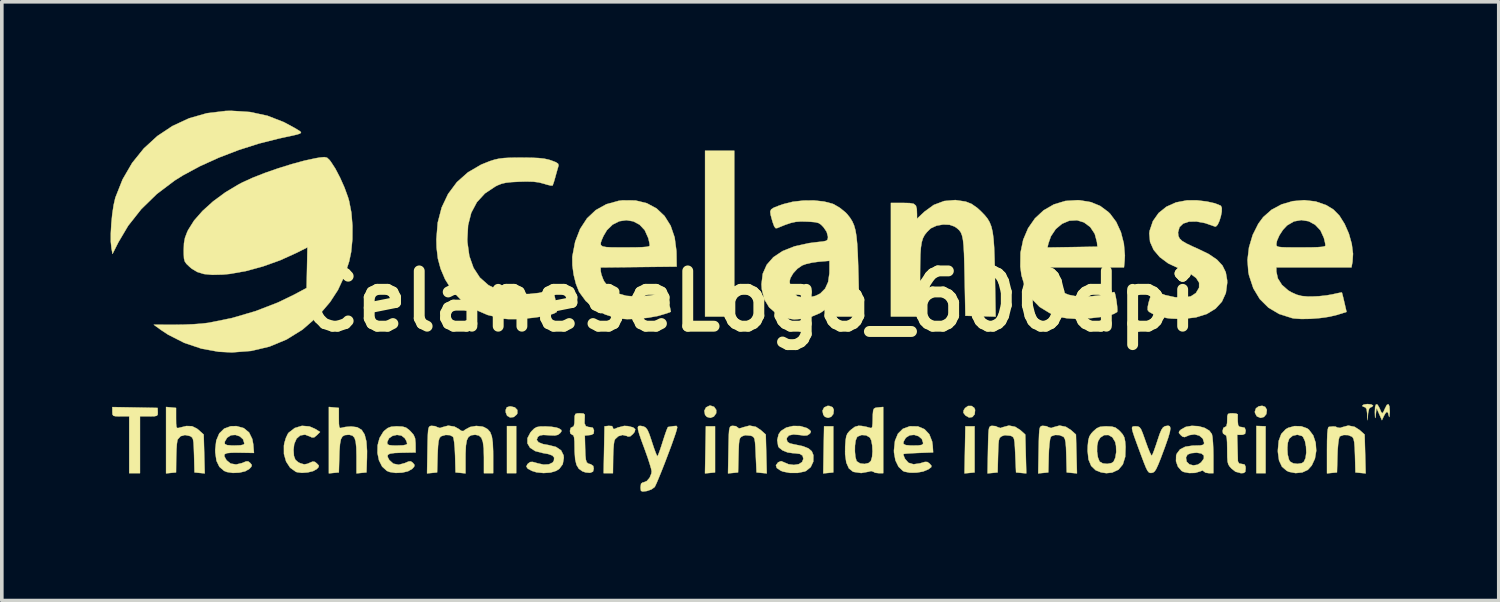
<source format=kicad_pcb>
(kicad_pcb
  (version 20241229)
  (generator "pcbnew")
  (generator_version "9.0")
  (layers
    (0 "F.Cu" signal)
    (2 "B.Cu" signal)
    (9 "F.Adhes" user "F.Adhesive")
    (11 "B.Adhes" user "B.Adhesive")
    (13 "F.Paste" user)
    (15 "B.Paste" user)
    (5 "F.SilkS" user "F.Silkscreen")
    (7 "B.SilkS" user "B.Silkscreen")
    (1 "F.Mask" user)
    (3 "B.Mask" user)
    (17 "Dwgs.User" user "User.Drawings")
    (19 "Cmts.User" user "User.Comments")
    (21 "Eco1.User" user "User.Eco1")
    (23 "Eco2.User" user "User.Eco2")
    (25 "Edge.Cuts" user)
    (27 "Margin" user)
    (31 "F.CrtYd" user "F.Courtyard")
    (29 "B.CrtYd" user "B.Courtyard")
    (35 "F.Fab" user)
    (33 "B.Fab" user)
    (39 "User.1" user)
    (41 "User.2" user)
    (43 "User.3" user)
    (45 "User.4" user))
  (footprint "CelaneseLogo_600dpi"
    (layer "F.Cu")
    (at 17.615 5.253)
    (property "Reference" "CelaneseLogo_600dpi" (at 0 0 0) (layer "F.SilkS") (effects (font (size 1.524 1.524) (thickness 0.3))))
    (attr through_hole)
    (fp_poly (pts (xy -6.435 4.741) (xy -6.689 4.741) (xy -6.689 3.444) (xy -6.435 3.444) (xy -6.435 4.741)) (stroke (width 0.01) (type solid)) (fill yes) (layer "F.SilkS"))
    (fp_poly (pts (xy -0.423 0.423) (xy -1.228 0.423) (xy -1.228 -4.149) (xy -0.423 -4.149) (xy -0.423 0.423)) (stroke (width 0.01) (type solid)) (fill yes) (layer "F.SilkS"))
    (fp_poly (pts (xy 14.224 3.449) (xy 14.224 4.741) (xy 13.97 4.741) (xy 13.97 3.439) (xy 14.224 3.449)) (stroke (width 0.01) (type solid)) (fill yes) (layer "F.SilkS"))
    (fp_poly (pts (xy -0.953 4.72) (xy -1.091 4.734) (xy -1.23 4.747) (xy -1.218 4.099) (xy -1.206 3.45) (xy -0.953 3.45) (xy -0.953 4.72)) (stroke (width 0.01) (type solid)) (fill yes) (layer "F.SilkS"))
    (fp_poly (pts (xy 2.307 4.72) (xy 2.168 4.734) (xy 2.03 4.747) (xy 2.041 4.099) (xy 2.053 3.45) (xy 2.307 3.45) (xy 2.307 4.72)) (stroke (width 0.01) (type solid)) (fill yes) (layer "F.SilkS"))
    (fp_poly (pts (xy 6.202 4.72) (xy 6.063 4.734) (xy 5.924 4.747) (xy 5.936 4.099) (xy 5.948 3.45) (xy 6.202 3.45) (xy 6.202 4.72)) (stroke (width 0.01) (type solid)) (fill yes) (layer "F.SilkS"))
    (fp_poly (pts (xy -0.978 2.913) (xy -0.92 2.998) (xy -0.922 3.09) (xy -0.987 3.181) (xy -1.082 3.216) (xy -1.177 3.19) (xy -1.228 3.133) (xy -1.248 3.022) (xy -1.202 2.928) (xy -1.105 2.88) (xy -1.079 2.879) (xy -0.978 2.913)) (stroke (width 0.01) (type solid)) (fill yes) (layer "F.SilkS"))
    (fp_poly (pts (xy 2.194 2.887) (xy 2.288 2.923) (xy 2.321 2.997) (xy 2.308 3.11) (xy 2.247 3.187) (xy 2.163 3.216) (xy 2.078 3.188) (xy 2.032 3.133) (xy 2.009 3.02) (xy 2.053 2.93) (xy 2.149 2.886) (xy 2.194 2.887)) (stroke (width 0.01) (type solid)) (fill yes) (layer "F.SilkS"))
    (fp_poly (pts (xy 6.118 2.888) (xy 6.193 2.94) (xy 6.216 2.997) (xy 6.204 3.118) (xy 6.141 3.193) (xy 6.05 3.207) (xy 5.951 3.151) (xy 5.893 3.076) (xy 5.9 3.009) (xy 5.94 2.946) (xy 6.022 2.888) (xy 6.118 2.888)) (stroke (width 0.01) (type solid)) (fill yes) (layer "F.SilkS"))
    (fp_poly (pts (xy -6.471 2.928) (xy -6.404 2.998) (xy -6.403 3.091) (xy -6.418 3.122) (xy -6.501 3.193) (xy -6.603 3.205) (xy -6.685 3.158) (xy -6.722 3.067) (xy -6.724 2.997) (xy -6.693 2.925) (xy -6.613 2.9) (xy -6.587 2.9) (xy -6.471 2.928)) (stroke (width 0.01) (type solid)) (fill yes) (layer "F.SilkS"))
    (fp_poly (pts (xy 14.213 2.914) (xy 14.258 2.993) (xy 14.259 2.997) (xy 14.244 3.113) (xy 14.179 3.191) (xy 14.087 3.217) (xy 13.99 3.178) (xy 13.978 3.167) (xy 13.933 3.081) (xy 13.928 3.045) (xy 13.959 2.953) (xy 14.036 2.898) (xy 14.129 2.884) (xy 14.213 2.914)) (stroke (width 0.01) (type solid)) (fill yes) (layer "F.SilkS"))
    (fp_poly (pts (xy -16.944 2.93) (xy -16.32 2.942) (xy -16.315 3.059) (xy -16.317 3.124) (xy -16.342 3.158) (xy -16.409 3.172) (xy -16.54 3.175) (xy -16.559 3.175) (xy -16.806 3.175) (xy -16.806 4.741) (xy -17.103 4.741) (xy -17.103 3.175) (xy -17.335 3.175) (xy -17.469 3.173) (xy -17.538 3.159) (xy -17.564 3.122) (xy -17.568 3.05) (xy -17.568 2.919) (xy -16.944 2.93)) (stroke (width 0.01) (type solid)) (fill yes) (layer "F.SilkS"))
    (fp_poly (pts (xy 17.137 2.847) (xy 17.186 2.873) (xy 17.187 2.879) (xy 17.153 2.917) (xy 17.126 2.921) (xy 17.079 2.96) (xy 17.051 3.08) (xy 17.049 3.101) (xy 17.033 3.281) (xy 17.025 3.101) (xy 17.01 2.977) (xy 16.973 2.925) (xy 16.954 2.921) (xy 16.898 2.898) (xy 16.891 2.879) (xy 16.928 2.851) (xy 17.02 2.837) (xy 17.039 2.836) (xy 17.137 2.847)) (stroke (width 0.01) (type solid)) (fill yes) (layer "F.SilkS"))
    (fp_poly (pts (xy -3.793 3.443) (xy -3.768 3.486) (xy -3.758 3.524) (xy -3.715 3.52) (xy -3.637 3.484) (xy -3.456 3.438) (xy -3.355 3.444) (xy -3.214 3.479) (xy -3.153 3.529) (xy -3.168 3.601) (xy -3.214 3.659) (xy -3.291 3.726) (xy -3.352 3.732) (xy -3.389 3.714) (xy -3.502 3.688) (xy -3.619 3.722) (xy -3.708 3.804) (xy -3.73 3.853) (xy -3.743 3.942) (xy -3.755 4.089) (xy -3.762 4.269) (xy -3.763 4.35) (xy -3.768 4.741) (xy -4.024 4.741) (xy -4 3.45) (xy -3.884 3.437) (xy -3.793 3.443)) (stroke (width 0.01) (type solid)) (fill yes) (layer "F.SilkS"))
    (fp_poly (pts (xy 17.637 2.896) (xy 17.647 3.027) (xy 17.647 3.059) (xy 17.641 3.159) (xy 17.631 3.193) (xy 17.623 3.164) (xy 17.6 3.08) (xy 17.572 3.048) (xy 17.533 3.082) (xy 17.485 3.164) (xy 17.485 3.164) (xy 17.431 3.281) (xy 17.356 3.111) (xy 17.282 2.942) (xy 17.263 3.111) (xy 17.252 3.201) (xy 17.245 3.219) (xy 17.24 3.159) (xy 17.237 3.059) (xy 17.243 2.915) (xy 17.268 2.845) (xy 17.309 2.851) (xy 17.359 2.937) (xy 17.37 2.963) (xy 17.409 3.051) (xy 17.44 3.09) (xy 17.441 3.09) (xy 17.471 3.055) (xy 17.51 2.97) (xy 17.513 2.963) (xy 17.565 2.861) (xy 17.608 2.84) (xy 17.637 2.896)) (stroke (width 0.01) (type solid)) (fill yes) (layer "F.SilkS"))
    (fp_poly (pts (xy -15.812 2.942) (xy -15.812 3.23) (xy -15.81 3.382) (xy -15.801 3.465) (xy -15.779 3.497) (xy -15.739 3.494) (xy -15.727 3.49) (xy -15.526 3.441) (xy -15.37 3.447) (xy -15.237 3.512) (xy -15.192 3.548) (xy -15.05 3.676) (xy -15.035 4.212) (xy -15.021 4.747) (xy -15.162 4.734) (xy -15.303 4.72) (xy -15.315 4.242) (xy -15.322 4.035) (xy -15.33 3.896) (xy -15.344 3.81) (xy -15.367 3.76) (xy -15.402 3.731) (xy -15.429 3.718) (xy -15.567 3.689) (xy -15.687 3.722) (xy -15.765 3.81) (xy -15.775 3.84) (xy -15.789 3.933) (xy -15.8 4.084) (xy -15.806 4.266) (xy -15.808 4.337) (xy -15.812 4.72) (xy -15.949 4.733) (xy -16.087 4.747) (xy -16.087 2.916) (xy -15.812 2.942)) (stroke (width 0.01) (type solid)) (fill yes) (layer "F.SilkS"))
    (fp_poly (pts (xy -11.462 2.929) (xy -11.324 2.942) (xy -11.324 3.23) (xy -11.322 3.381) (xy -11.313 3.464) (xy -11.292 3.496) (xy -11.252 3.492) (xy -11.239 3.488) (xy -11.143 3.467) (xy -11.01 3.456) (xy -10.978 3.455) (xy -10.818 3.475) (xy -10.697 3.546) (xy -10.614 3.674) (xy -10.565 3.866) (xy -10.547 4.128) (xy -10.549 4.318) (xy -10.562 4.72) (xy -10.7 4.733) (xy -10.837 4.747) (xy -10.837 4.281) (xy -10.842 4.041) (xy -10.859 3.873) (xy -10.892 3.766) (xy -10.947 3.707) (xy -11.028 3.684) (xy -11.065 3.683) (xy -11.159 3.692) (xy -11.224 3.729) (xy -11.267 3.806) (xy -11.292 3.936) (xy -11.307 4.131) (xy -11.311 4.255) (xy -11.324 4.72) (xy -11.462 4.733) (xy -11.599 4.747) (xy -11.599 2.916) (xy -11.462 2.929)) (stroke (width 0.01) (type solid)) (fill yes) (layer "F.SilkS"))
    (fp_poly (pts (xy 8.718 3.463) (xy 8.858 3.552) (xy 8.996 3.676) (xy 9.01 4.212) (xy 9.024 4.747) (xy 8.883 4.734) (xy 8.742 4.72) (xy 8.73 4.255) (xy 8.723 4.039) (xy 8.711 3.894) (xy 8.692 3.802) (xy 8.664 3.75) (xy 8.648 3.736) (xy 8.542 3.692) (xy 8.42 3.688) (xy 8.322 3.722) (xy 8.304 3.738) (xy 8.284 3.802) (xy 8.266 3.929) (xy 8.252 4.102) (xy 8.246 4.257) (xy 8.234 4.72) (xy 8.095 4.734) (xy 7.956 4.747) (xy 7.968 4.099) (xy 7.973 3.852) (xy 7.979 3.677) (xy 7.987 3.561) (xy 8 3.492) (xy 8.021 3.456) (xy 8.05 3.441) (xy 8.077 3.436) (xy 8.18 3.445) (xy 8.233 3.471) (xy 8.311 3.497) (xy 8.377 3.474) (xy 8.545 3.429) (xy 8.718 3.463)) (stroke (width 0.01) (type solid)) (fill yes) (layer "F.SilkS"))
    (fp_poly (pts (xy 16.677 3.463) (xy 16.816 3.552) (xy 16.954 3.676) (xy 16.969 4.212) (xy 16.983 4.747) (xy 16.842 4.734) (xy 16.701 4.72) (xy 16.689 4.255) (xy 16.681 4.039) (xy 16.669 3.894) (xy 16.65 3.802) (xy 16.622 3.75) (xy 16.607 3.736) (xy 16.501 3.692) (xy 16.379 3.688) (xy 16.28 3.722) (xy 16.263 3.738) (xy 16.243 3.802) (xy 16.225 3.929) (xy 16.211 4.102) (xy 16.205 4.257) (xy 16.192 4.72) (xy 16.055 4.733) (xy 15.917 4.747) (xy 15.917 4.109) (xy 15.919 3.847) (xy 15.925 3.661) (xy 15.937 3.542) (xy 15.953 3.479) (xy 15.97 3.465) (xy 16.088 3.453) (xy 16.154 3.458) (xy 16.199 3.481) (xy 16.2 3.482) (xy 16.279 3.494) (xy 16.335 3.474) (xy 16.504 3.429) (xy 16.677 3.463)) (stroke (width 0.01) (type solid)) (fill yes) (layer "F.SilkS"))
    (fp_poly (pts (xy 7.321 3.463) (xy 7.461 3.552) (xy 7.599 3.676) (xy 7.613 4.212) (xy 7.627 4.747) (xy 7.486 4.734) (xy 7.345 4.72) (xy 7.324 4.234) (xy 7.314 4.026) (xy 7.304 3.886) (xy 7.289 3.799) (xy 7.266 3.751) (xy 7.23 3.724) (xy 7.188 3.708) (xy 7.035 3.694) (xy 6.967 3.716) (xy 6.921 3.741) (xy 6.89 3.776) (xy 6.871 3.837) (xy 6.86 3.94) (xy 6.853 4.102) (xy 6.849 4.242) (xy 6.837 4.72) (xy 6.698 4.734) (xy 6.559 4.747) (xy 6.571 4.099) (xy 6.576 3.852) (xy 6.582 3.677) (xy 6.59 3.561) (xy 6.603 3.492) (xy 6.624 3.456) (xy 6.653 3.441) (xy 6.68 3.436) (xy 6.783 3.445) (xy 6.836 3.471) (xy 6.914 3.497) (xy 6.98 3.474) (xy 7.148 3.429) (xy 7.321 3.463)) (stroke (width 0.01) (type solid)) (fill yes) (layer "F.SilkS"))
    (fp_poly (pts (xy 0.174 3.464) (xy 0.306 3.552) (xy 0.445 3.676) (xy 0.459 4.212) (xy 0.473 4.747) (xy 0.332 4.734) (xy 0.191 4.72) (xy 0.169 4.234) (xy 0.16 4.026) (xy 0.149 3.886) (xy 0.135 3.799) (xy 0.111 3.751) (xy 0.076 3.724) (xy 0.033 3.708) (xy -0.119 3.694) (xy -0.187 3.716) (xy -0.233 3.741) (xy -0.264 3.776) (xy -0.284 3.837) (xy -0.295 3.94) (xy -0.302 4.102) (xy -0.306 4.242) (xy -0.318 4.72) (xy -0.456 4.734) (xy -0.595 4.747) (xy -0.583 4.099) (xy -0.578 3.852) (xy -0.573 3.677) (xy -0.565 3.561) (xy -0.551 3.492) (xy -0.531 3.456) (xy -0.501 3.441) (xy -0.47 3.436) (xy -0.38 3.445) (xy -0.336 3.476) (xy -0.293 3.508) (xy -0.217 3.491) (xy -0.192 3.48) (xy -0.001 3.43) (xy 0.174 3.464)) (stroke (width 0.01) (type solid)) (fill yes) (layer "F.SilkS"))
    (fp_poly (pts (xy -13.77 -5.215) (xy -13.292 -5.112) (xy -12.84 -4.936) (xy -12.547 -4.778) (xy -12.453 -4.722) (xy -12.39 -4.682) (xy -12.366 -4.652) (xy -12.388 -4.625) (xy -12.464 -4.598) (xy -12.602 -4.565) (xy -12.81 -4.521) (xy -12.975 -4.485) (xy -13.527 -4.346) (xy -14.088 -4.167) (xy -14.637 -3.956) (xy -15.155 -3.721) (xy -15.619 -3.471) (xy -15.851 -3.326) (xy -16.342 -2.955) (xy -16.771 -2.537) (xy -17.132 -2.08) (xy -17.403 -1.622) (xy -17.563 -1.304) (xy -17.592 -1.461) (xy -17.61 -1.638) (xy -17.61 -1.871) (xy -17.596 -2.134) (xy -17.57 -2.401) (xy -17.533 -2.646) (xy -17.488 -2.843) (xy -17.484 -2.857) (xy -17.285 -3.359) (xy -17.022 -3.811) (xy -16.701 -4.21) (xy -16.328 -4.552) (xy -15.91 -4.83) (xy -15.452 -5.042) (xy -14.961 -5.182) (xy -14.443 -5.245) (xy -14.287 -5.248) (xy -13.77 -5.215)) (stroke (width 0.01) (type solid)) (fill yes) (layer "F.SilkS"))
    (fp_poly (pts (xy -12.134 3.453) (xy -11.985 3.517) (xy -11.841 3.605) (xy -11.932 3.696) (xy -12.007 3.756) (xy -12.07 3.755) (xy -12.107 3.735) (xy -12.256 3.679) (xy -12.387 3.7) (xy -12.49 3.789) (xy -12.555 3.939) (xy -12.573 4.1) (xy -12.562 4.266) (xy -12.522 4.372) (xy -12.442 4.441) (xy -12.388 4.467) (xy -12.279 4.499) (xy -12.185 4.482) (xy -12.136 4.459) (xy -12.045 4.421) (xy -11.984 4.43) (xy -11.933 4.471) (xy -11.877 4.529) (xy -11.882 4.572) (xy -11.933 4.628) (xy -12.034 4.684) (xy -12.182 4.72) (xy -12.343 4.732) (xy -12.481 4.713) (xy -12.509 4.703) (xy -12.666 4.591) (xy -12.777 4.421) (xy -12.837 4.212) (xy -12.838 3.982) (xy -12.825 3.909) (xy -12.784 3.771) (xy -12.731 3.658) (xy -12.708 3.626) (xy -12.538 3.495) (xy -12.34 3.436) (xy -12.134 3.453)) (stroke (width 0.01) (type solid)) (fill yes) (layer "F.SilkS"))
    (fp_poly (pts (xy 15.208 3.449) (xy 15.369 3.506) (xy 15.418 3.542) (xy 15.538 3.701) (xy 15.605 3.903) (xy 15.62 4.123) (xy 15.584 4.34) (xy 15.496 4.53) (xy 15.388 4.65) (xy 15.237 4.72) (xy 15.053 4.739) (xy 14.87 4.704) (xy 14.807 4.675) (xy 14.675 4.562) (xy 14.595 4.391) (xy 14.563 4.155) (xy 14.563 4.104) (xy 14.567 4.06) (xy 14.823 4.06) (xy 14.833 4.225) (xy 14.867 4.364) (xy 14.899 4.421) (xy 14.985 4.47) (xy 15.105 4.485) (xy 15.22 4.466) (xy 15.278 4.429) (xy 15.326 4.323) (xy 15.346 4.173) (xy 15.339 4.008) (xy 15.31 3.857) (xy 15.258 3.746) (xy 15.227 3.716) (xy 15.101 3.681) (xy 14.971 3.709) (xy 14.876 3.789) (xy 14.836 3.903) (xy 14.823 4.06) (xy 14.567 4.06) (xy 14.586 3.85) (xy 14.656 3.661) (xy 14.778 3.531) (xy 14.847 3.491) (xy 15.023 3.443) (xy 15.208 3.449)) (stroke (width 0.01) (type solid)) (fill yes) (layer "F.SilkS"))
    (fp_poly (pts (xy 11.584 3.449) (xy 11.6 3.504) (xy 11.585 3.606) (xy 11.54 3.763) (xy 11.462 3.986) (xy 11.417 4.109) (xy 11.329 4.344) (xy 11.262 4.51) (xy 11.211 4.621) (xy 11.169 4.687) (xy 11.129 4.72) (xy 11.086 4.733) (xy 11.083 4.733) (xy 11.04 4.734) (xy 11.003 4.716) (xy 10.966 4.669) (xy 10.922 4.58) (xy 10.865 4.438) (xy 10.787 4.231) (xy 10.761 4.161) (xy 10.668 3.908) (xy 10.601 3.723) (xy 10.56 3.596) (xy 10.542 3.516) (xy 10.545 3.472) (xy 10.569 3.454) (xy 10.61 3.45) (xy 10.647 3.45) (xy 10.705 3.454) (xy 10.749 3.475) (xy 10.789 3.528) (xy 10.832 3.628) (xy 10.89 3.788) (xy 10.916 3.863) (xy 10.977 4.031) (xy 11.031 4.163) (xy 11.071 4.242) (xy 11.087 4.257) (xy 11.112 4.212) (xy 11.154 4.104) (xy 11.207 3.952) (xy 11.239 3.854) (xy 11.301 3.668) (xy 11.351 3.549) (xy 11.397 3.481) (xy 11.447 3.448) (xy 11.463 3.444) (xy 11.538 3.432) (xy 11.584 3.449)) (stroke (width 0.01) (type solid)) (fill yes) (layer "F.SilkS"))
    (fp_poly (pts (xy 9.987 3.457) (xy 10.085 3.485) (xy 10.172 3.55) (xy 10.211 3.587) (xy 10.285 3.671) (xy 10.329 3.753) (xy 10.352 3.863) (xy 10.364 4.016) (xy 10.354 4.289) (xy 10.289 4.499) (xy 10.169 4.644) (xy 9.996 4.724) (xy 9.834 4.741) (xy 9.686 4.718) (xy 9.546 4.663) (xy 9.54 4.66) (xy 9.416 4.541) (xy 9.342 4.363) (xy 9.32 4.147) (xy 9.578 4.147) (xy 9.6 4.301) (xy 9.644 4.414) (xy 9.652 4.424) (xy 9.738 4.472) (xy 9.859 4.485) (xy 9.975 4.463) (xy 10.032 4.425) (xy 10.082 4.314) (xy 10.107 4.157) (xy 10.101 3.988) (xy 10.077 3.878) (xy 10.001 3.752) (xy 9.893 3.689) (xy 9.774 3.692) (xy 9.667 3.761) (xy 9.609 3.854) (xy 9.58 3.986) (xy 9.578 4.147) (xy 9.32 4.147) (xy 9.317 4.122) (xy 9.321 3.995) (xy 9.337 3.836) (xy 9.366 3.73) (xy 9.42 3.645) (xy 9.475 3.586) (xy 9.568 3.505) (xy 9.657 3.464) (xy 9.779 3.451) (xy 9.842 3.45) (xy 9.987 3.457)) (stroke (width 0.01) (type solid)) (fill yes) (layer "F.SilkS"))
    (fp_poly (pts (xy -4.581 3.096) (xy -4.544 3.13) (xy -4.546 3.214) (xy -4.547 3.226) (xy -4.551 3.367) (xy -4.515 3.444) (xy -4.432 3.471) (xy -4.409 3.471) (xy -4.323 3.488) (xy -4.293 3.554) (xy -4.291 3.575) (xy -4.301 3.65) (xy -4.361 3.684) (xy -4.414 3.691) (xy -4.543 3.704) (xy -4.534 4.064) (xy -4.527 4.252) (xy -4.514 4.372) (xy -4.49 4.442) (xy -4.449 4.477) (xy -4.383 4.494) (xy -4.381 4.494) (xy -4.312 4.541) (xy -4.297 4.615) (xy -4.318 4.699) (xy -4.395 4.73) (xy -4.403 4.731) (xy -4.523 4.72) (xy -4.613 4.688) (xy -4.709 4.618) (xy -4.772 4.513) (xy -4.809 4.359) (xy -4.824 4.142) (xy -4.825 4.053) (xy -4.828 3.87) (xy -4.838 3.757) (xy -4.857 3.7) (xy -4.888 3.683) (xy -4.889 3.683) (xy -4.941 3.646) (xy -4.953 3.577) (xy -4.931 3.492) (xy -4.889 3.471) (xy -4.848 3.446) (xy -4.829 3.362) (xy -4.826 3.281) (xy -4.823 3.164) (xy -4.801 3.108) (xy -4.744 3.092) (xy -4.679 3.09) (xy -4.581 3.096)) (stroke (width 0.01) (type solid)) (fill yes) (layer "F.SilkS"))
    (fp_poly (pts (xy -13.945 3.499) (xy -13.799 3.619) (xy -13.71 3.8) (xy -13.683 3.951) (xy -13.664 4.183) (xy -14.071 4.176) (xy -14.278 4.177) (xy -14.409 4.189) (xy -14.474 4.22) (xy -14.481 4.273) (xy -14.438 4.355) (xy -14.416 4.388) (xy -14.307 4.476) (xy -14.158 4.502) (xy -13.993 4.463) (xy -13.978 4.457) (xy -13.88 4.416) (xy -13.821 4.417) (xy -13.767 4.46) (xy -13.724 4.515) (xy -13.736 4.563) (xy -13.79 4.622) (xy -13.903 4.688) (xy -14.066 4.726) (xy -14.245 4.734) (xy -14.41 4.709) (xy -14.488 4.677) (xy -14.617 4.566) (xy -14.697 4.4) (xy -14.73 4.172) (xy -14.732 4.094) (xy -14.714 3.935) (xy -14.47 3.935) (xy -14.406 3.967) (xy -14.268 3.979) (xy -14.203 3.979) (xy -14.039 3.973) (xy -13.951 3.954) (xy -13.928 3.925) (xy -13.964 3.808) (xy -14.054 3.726) (xy -14.175 3.686) (xy -14.299 3.695) (xy -14.401 3.762) (xy -14.412 3.777) (xy -14.469 3.874) (xy -14.47 3.935) (xy -14.714 3.935) (xy -14.703 3.841) (xy -14.62 3.645) (xy -14.485 3.513) (xy -14.304 3.447) (xy -14.145 3.444) (xy -13.945 3.499)) (stroke (width 0.01) (type solid)) (fill yes) (layer "F.SilkS"))
    (fp_poly (pts (xy 13.41 3.098) (xy 13.456 3.118) (xy 13.457 3.122) (xy 13.455 3.182) (xy 13.456 3.289) (xy 13.457 3.313) (xy 13.467 3.418) (xy 13.501 3.462) (xy 13.568 3.471) (xy 13.648 3.489) (xy 13.673 3.558) (xy 13.674 3.577) (xy 13.658 3.655) (xy 13.595 3.682) (xy 13.557 3.683) (xy 13.441 3.683) (xy 13.45 4.011) (xy 13.454 4.178) (xy 13.458 4.319) (xy 13.46 4.406) (xy 13.46 4.413) (xy 13.495 4.474) (xy 13.568 4.487) (xy 13.643 4.501) (xy 13.671 4.559) (xy 13.674 4.614) (xy 13.664 4.704) (xy 13.615 4.737) (xy 13.543 4.741) (xy 13.396 4.701) (xy 13.289 4.618) (xy 13.232 4.556) (xy 13.196 4.496) (xy 13.176 4.418) (xy 13.168 4.3) (xy 13.166 4.121) (xy 13.166 4.088) (xy 13.163 3.896) (xy 13.155 3.774) (xy 13.139 3.708) (xy 13.112 3.684) (xy 13.102 3.683) (xy 13.051 3.646) (xy 13.039 3.577) (xy 13.061 3.492) (xy 13.102 3.471) (xy 13.144 3.446) (xy 13.163 3.362) (xy 13.166 3.281) (xy 13.169 3.164) (xy 13.19 3.108) (xy 13.248 3.092) (xy 13.314 3.09) (xy 13.41 3.098)) (stroke (width 0.01) (type solid)) (fill yes) (layer "F.SilkS"))
    (fp_poly (pts (xy 1.395 3.443) (xy 1.574 3.496) (xy 1.633 3.533) (xy 1.688 3.585) (xy 1.675 3.632) (xy 1.649 3.66) (xy 1.587 3.699) (xy 1.495 3.705) (xy 1.392 3.69) (xy 1.208 3.673) (xy 1.084 3.7) (xy 1.026 3.769) (xy 1.024 3.82) (xy 1.047 3.881) (xy 1.11 3.92) (xy 1.234 3.949) (xy 1.249 3.951) (xy 1.472 3.999) (xy 1.622 4.058) (xy 1.714 4.137) (xy 1.757 4.243) (xy 1.758 4.248) (xy 1.755 4.423) (xy 1.684 4.574) (xy 1.557 4.678) (xy 1.519 4.694) (xy 1.326 4.734) (xy 1.113 4.734) (xy 0.92 4.697) (xy 0.857 4.672) (xy 0.75 4.599) (xy 0.725 4.524) (xy 0.783 4.445) (xy 0.787 4.442) (xy 0.868 4.409) (xy 0.926 4.432) (xy 1.072 4.495) (xy 1.221 4.514) (xy 1.353 4.493) (xy 1.446 4.435) (xy 1.482 4.345) (xy 1.46 4.258) (xy 1.385 4.21) (xy 1.245 4.192) (xy 1.201 4.191) (xy 1.047 4.169) (xy 0.907 4.112) (xy 0.81 4.035) (xy 0.788 3.999) (xy 0.761 3.829) (xy 0.8 3.668) (xy 0.863 3.578) (xy 1.009 3.485) (xy 1.197 3.44) (xy 1.395 3.443)) (stroke (width 0.01) (type solid)) (fill yes) (layer "F.SilkS"))
    (fp_poly (pts (xy 5.958 -2.745) (xy 6.118 -2.682) (xy 6.28 -2.568) (xy 6.375 -2.48) (xy 6.474 -2.379) (xy 6.554 -2.282) (xy 6.616 -2.178) (xy 6.664 -2.056) (xy 6.699 -1.907) (xy 6.724 -1.718) (xy 6.741 -1.48) (xy 6.752 -1.183) (xy 6.761 -0.814) (xy 6.763 -0.686) (xy 6.782 0.426) (xy 5.948 0.402) (xy 5.927 -0.679) (xy 5.919 -1.032) (xy 5.911 -1.311) (xy 5.899 -1.526) (xy 5.882 -1.688) (xy 5.857 -1.807) (xy 5.824 -1.893) (xy 5.778 -1.957) (xy 5.719 -2.01) (xy 5.65 -2.058) (xy 5.511 -2.107) (xy 5.335 -2.114) (xy 5.155 -2.082) (xy 5.006 -2.015) (xy 4.97 -1.986) (xy 4.889 -1.906) (xy 4.826 -1.827) (xy 4.779 -1.738) (xy 4.745 -1.627) (xy 4.722 -1.482) (xy 4.708 -1.292) (xy 4.702 -1.046) (xy 4.699 -0.731) (xy 4.699 -0.573) (xy 4.699 0.423) (xy 3.895 0.423) (xy 3.895 -2.709) (xy 4.228 -2.709) (xy 4.41 -2.705) (xy 4.523 -2.685) (xy 4.584 -2.634) (xy 4.609 -2.541) (xy 4.614 -2.397) (xy 4.614 -2.274) (xy 4.821 -2.468) (xy 5.077 -2.654) (xy 5.362 -2.761) (xy 5.671 -2.788) (xy 5.958 -2.745)) (stroke (width 0.01) (type solid)) (fill yes) (layer "F.SilkS"))
    (fp_poly (pts (xy -5.464 3.462) (xy -5.327 3.484) (xy -5.256 3.508) (xy -5.189 3.553) (xy -5.191 3.596) (xy -5.227 3.64) (xy -5.285 3.684) (xy -5.368 3.702) (xy -5.502 3.698) (xy -5.539 3.695) (xy -5.689 3.687) (xy -5.78 3.701) (xy -5.836 3.739) (xy -5.84 3.744) (xy -5.869 3.823) (xy -5.819 3.89) (xy -5.692 3.94) (xy -5.545 3.966) (xy -5.337 4.018) (xy -5.197 4.113) (xy -5.129 4.25) (xy -5.122 4.319) (xy -5.152 4.494) (xy -5.245 4.62) (xy -5.333 4.677) (xy -5.488 4.724) (xy -5.682 4.737) (xy -5.876 4.717) (xy -5.996 4.68) (xy -6.115 4.617) (xy -6.155 4.557) (xy -6.124 4.493) (xy -6.104 4.474) (xy -6.048 4.434) (xy -5.983 4.43) (xy -5.877 4.459) (xy -5.853 4.467) (xy -5.681 4.505) (xy -5.533 4.497) (xy -5.429 4.447) (xy -5.395 4.393) (xy -5.388 4.312) (xy -5.438 4.254) (xy -5.554 4.212) (xy -5.703 4.186) (xy -5.91 4.132) (xy -6.053 4.04) (xy -6.125 3.918) (xy -6.124 3.776) (xy -6.043 3.622) (xy -6.015 3.588) (xy -5.94 3.512) (xy -5.869 3.471) (xy -5.773 3.454) (xy -5.623 3.452) (xy -5.464 3.462)) (stroke (width 0.01) (type solid)) (fill yes) (layer "F.SilkS"))
    (fp_poly (pts (xy 3.683 4.741) (xy 3.558 4.741) (xy 3.461 4.729) (xy 3.409 4.701) (xy 3.35 4.682) (xy 3.277 4.701) (xy 3.076 4.737) (xy 2.873 4.707) (xy 2.845 4.697) (xy 2.736 4.608) (xy 2.665 4.448) (xy 2.633 4.219) (xy 2.633 4.143) (xy 2.902 4.143) (xy 2.916 4.292) (xy 2.946 4.399) (xy 2.958 4.417) (xy 3.048 4.473) (xy 3.167 4.487) (xy 3.279 4.462) (xy 3.343 4.405) (xy 3.376 4.293) (xy 3.388 4.14) (xy 3.38 3.978) (xy 3.355 3.84) (xy 3.317 3.76) (xy 3.214 3.698) (xy 3.089 3.688) (xy 2.981 3.73) (xy 2.959 3.752) (xy 2.923 3.841) (xy 2.904 3.982) (xy 2.902 4.143) (xy 2.633 4.143) (xy 2.634 4.004) (xy 2.647 3.833) (xy 2.665 3.722) (xy 2.698 3.646) (xy 2.753 3.581) (xy 2.793 3.545) (xy 2.902 3.463) (xy 3.003 3.435) (xy 3.085 3.439) (xy 3.209 3.461) (xy 3.307 3.488) (xy 3.313 3.49) (xy 3.356 3.499) (xy 3.379 3.466) (xy 3.389 3.374) (xy 3.392 3.296) (xy 3.396 3.124) (xy 3.406 3.018) (xy 3.428 2.963) (xy 3.47 2.939) (xy 3.54 2.929) (xy 3.545 2.929) (xy 3.683 2.916) (xy 3.683 4.741)) (stroke (width 0.01) (type solid)) (fill yes) (layer "F.SilkS"))
    (fp_poly (pts (xy 4.641 3.452) (xy 4.82 3.528) (xy 4.953 3.668) (xy 5.031 3.867) (xy 5.047 3.982) (xy 5.059 4.168) (xy 4.657 4.183) (xy 4.482 4.191) (xy 4.342 4.2) (xy 4.257 4.209) (xy 4.24 4.213) (xy 4.246 4.256) (xy 4.281 4.341) (xy 4.282 4.344) (xy 4.378 4.454) (xy 4.519 4.496) (xy 4.701 4.47) (xy 4.724 4.462) (xy 4.835 4.43) (xy 4.902 4.433) (xy 4.96 4.476) (xy 4.966 4.482) (xy 5.013 4.537) (xy 5.005 4.577) (xy 4.933 4.631) (xy 4.924 4.637) (xy 4.784 4.695) (xy 4.605 4.726) (xy 4.421 4.728) (xy 4.267 4.698) (xy 4.228 4.68) (xy 4.106 4.565) (xy 4.02 4.389) (xy 3.981 4.172) (xy 3.979 4.113) (xy 3.998 3.935) (xy 4.242 3.935) (xy 4.306 3.967) (xy 4.443 3.979) (xy 4.508 3.979) (xy 4.66 3.976) (xy 4.744 3.962) (xy 4.779 3.934) (xy 4.784 3.909) (xy 4.748 3.799) (xy 4.657 3.722) (xy 4.537 3.685) (xy 4.414 3.696) (xy 4.312 3.76) (xy 4.299 3.777) (xy 4.242 3.874) (xy 4.242 3.935) (xy 3.998 3.935) (xy 4.007 3.851) (xy 4.089 3.653) (xy 4.225 3.518) (xy 4.414 3.449) (xy 4.425 3.448) (xy 4.641 3.452)) (stroke (width 0.01) (type solid)) (fill yes) (layer "F.SilkS"))
    (fp_poly (pts (xy -2.995 3.439) (xy -2.918 3.455) (xy -2.861 3.489) (xy -2.813 3.554) (xy -2.764 3.668) (xy -2.704 3.844) (xy -2.689 3.892) (xy -2.634 4.057) (xy -2.586 4.186) (xy -2.553 4.262) (xy -2.543 4.275) (xy -2.521 4.237) (xy -2.482 4.135) (xy -2.432 3.987) (xy -2.396 3.873) (xy -2.341 3.703) (xy -2.294 3.568) (xy -2.26 3.485) (xy -2.247 3.468) (xy -2.191 3.459) (xy -2.101 3.445) (xy -2.017 3.438) (xy -1.995 3.47) (xy -2.006 3.529) (xy -2.038 3.638) (xy -2.094 3.8) (xy -2.165 3.999) (xy -2.248 4.22) (xy -2.334 4.447) (xy -2.42 4.665) (xy -2.498 4.857) (xy -2.562 5.009) (xy -2.607 5.105) (xy -2.62 5.126) (xy -2.707 5.189) (xy -2.829 5.232) (xy -2.847 5.235) (xy -2.95 5.247) (xy -2.995 5.228) (xy -3.005 5.16) (xy -3.006 5.128) (xy -2.993 5.032) (xy -2.948 4.997) (xy -2.922 4.995) (xy -2.835 4.958) (xy -2.756 4.867) (xy -2.708 4.75) (xy -2.701 4.688) (xy -2.716 4.614) (xy -2.756 4.479) (xy -2.814 4.301) (xy -2.886 4.1) (xy -2.896 4.072) (xy -2.985 3.831) (xy -3.044 3.659) (xy -3.076 3.543) (xy -3.081 3.475) (xy -3.063 3.443) (xy -3.022 3.437) (xy -2.995 3.439)) (stroke (width 0.01) (type solid)) (fill yes) (layer "F.SilkS"))
    (fp_poly (pts (xy 12.371 3.446) (xy 12.539 3.491) (xy 12.672 3.568) (xy 12.743 3.663) (xy 12.76 3.749) (xy 12.773 3.898) (xy 12.782 4.086) (xy 12.785 4.257) (xy 12.785 4.741) (xy 12.661 4.741) (xy 12.568 4.727) (xy 12.522 4.693) (xy 12.489 4.666) (xy 12.415 4.693) (xy 12.28 4.733) (xy 12.117 4.737) (xy 11.968 4.708) (xy 11.908 4.678) (xy 11.808 4.562) (xy 11.754 4.41) (xy 11.757 4.316) (xy 12.029 4.316) (xy 12.048 4.424) (xy 12.123 4.497) (xy 12.232 4.527) (xy 12.352 4.507) (xy 12.446 4.445) (xy 12.522 4.338) (xy 12.522 4.253) (xy 12.452 4.197) (xy 12.321 4.176) (xy 12.171 4.19) (xy 12.071 4.229) (xy 12.03 4.309) (xy 12.029 4.316) (xy 11.757 4.316) (xy 11.758 4.256) (xy 11.776 4.204) (xy 11.866 4.085) (xy 12.007 4.013) (xy 12.209 3.982) (xy 12.287 3.98) (xy 12.427 3.976) (xy 12.501 3.959) (xy 12.528 3.926) (xy 12.53 3.905) (xy 12.492 3.787) (xy 12.397 3.706) (xy 12.266 3.671) (xy 12.123 3.692) (xy 12.082 3.71) (xy 11.993 3.747) (xy 11.934 3.734) (xy 11.886 3.692) (xy 11.834 3.632) (xy 11.843 3.587) (xy 11.894 3.537) (xy 12.024 3.465) (xy 12.191 3.436) (xy 12.371 3.446)) (stroke (width 0.01) (type solid)) (fill yes) (layer "F.SilkS"))
    (fp_poly (pts (xy -9.569 3.457) (xy -9.471 3.486) (xy -9.384 3.552) (xy -9.348 3.587) (xy -9.264 3.683) (xy -9.223 3.777) (xy -9.21 3.907) (xy -9.209 3.947) (xy -9.207 4.17) (xy -9.588 4.177) (xy -9.788 4.185) (xy -9.914 4.203) (xy -9.975 4.237) (xy -9.979 4.292) (xy -9.937 4.373) (xy -9.934 4.378) (xy -9.822 4.479) (xy -9.675 4.509) (xy -9.503 4.463) (xy -9.499 4.461) (xy -9.399 4.418) (xy -9.34 4.415) (xy -9.289 4.451) (xy -9.28 4.46) (xy -9.237 4.515) (xy -9.249 4.563) (xy -9.302 4.622) (xy -9.416 4.688) (xy -9.578 4.726) (xy -9.757 4.734) (xy -9.922 4.709) (xy -10 4.678) (xy -10.131 4.559) (xy -10.217 4.388) (xy -10.259 4.186) (xy -10.255 3.974) (xy -10.236 3.901) (xy -9.991 3.901) (xy -9.98 3.944) (xy -9.936 3.967) (xy -9.841 3.978) (xy -9.716 3.979) (xy -9.552 3.973) (xy -9.463 3.954) (xy -9.44 3.925) (xy -9.463 3.852) (xy -9.506 3.777) (xy -9.6 3.704) (xy -9.721 3.685) (xy -9.843 3.712) (xy -9.941 3.779) (xy -9.989 3.88) (xy -9.991 3.901) (xy -10.236 3.901) (xy -10.202 3.773) (xy -10.101 3.605) (xy -10.07 3.572) (xy -9.978 3.498) (xy -9.882 3.461) (xy -9.746 3.45) (xy -9.714 3.45) (xy -9.569 3.457)) (stroke (width 0.01) (type solid)) (fill yes) (layer "F.SilkS"))
    (fp_poly (pts (xy -8.138 3.457) (xy -8.026 3.518) (xy -7.945 3.575) (xy -7.892 3.58) (xy -7.835 3.538) (xy -7.705 3.468) (xy -7.537 3.439) (xy -7.37 3.456) (xy -7.322 3.472) (xy -7.224 3.527) (xy -7.153 3.607) (xy -7.107 3.726) (xy -7.081 3.896) (xy -7.071 4.131) (xy -7.07 4.252) (xy -7.07 4.741) (xy -7.324 4.741) (xy -7.324 4.306) (xy -7.33 4.057) (xy -7.353 3.88) (xy -7.395 3.766) (xy -7.462 3.704) (xy -7.558 3.683) (xy -7.574 3.683) (xy -7.677 3.696) (xy -7.749 3.742) (xy -7.795 3.832) (xy -7.821 3.98) (xy -7.831 4.195) (xy -7.832 4.292) (xy -7.832 4.747) (xy -7.969 4.733) (xy -8.107 4.72) (xy -8.119 4.257) (xy -8.128 4.063) (xy -8.143 3.898) (xy -8.161 3.782) (xy -8.177 3.738) (xy -8.261 3.693) (xy -8.38 3.687) (xy -8.494 3.72) (xy -8.519 3.736) (xy -8.552 3.778) (xy -8.574 3.856) (xy -8.589 3.985) (xy -8.599 4.179) (xy -8.602 4.255) (xy -8.615 4.72) (xy -8.754 4.734) (xy -8.892 4.747) (xy -8.881 4.099) (xy -8.876 3.852) (xy -8.87 3.677) (xy -8.862 3.561) (xy -8.848 3.492) (xy -8.828 3.456) (xy -8.798 3.441) (xy -8.771 3.436) (xy -8.669 3.445) (xy -8.615 3.471) (xy -8.537 3.497) (xy -8.472 3.474) (xy -8.309 3.431) (xy -8.138 3.457)) (stroke (width 0.01) (type solid)) (fill yes) (layer "F.SilkS"))
    (fp_poly (pts (xy 9.106 -2.781) (xy 9.411 -2.73) (xy 9.665 -2.625) (xy 9.888 -2.459) (xy 9.938 -2.41) (xy 10.107 -2.184) (xy 10.236 -1.902) (xy 10.317 -1.587) (xy 10.345 -1.259) (xy 10.337 -1.109) (xy 10.32 -0.931) (xy 8.206 -0.931) (xy 8.236 -0.794) (xy 8.328 -0.546) (xy 8.486 -0.351) (xy 8.709 -0.211) (xy 8.801 -0.175) (xy 8.967 -0.142) (xy 9.185 -0.129) (xy 9.424 -0.136) (xy 9.656 -0.162) (xy 9.793 -0.191) (xy 9.925 -0.224) (xy 10.019 -0.247) (xy 10.051 -0.254) (xy 10.071 -0.216) (xy 10.093 -0.121) (xy 10.115 0.005) (xy 10.131 0.135) (xy 10.138 0.241) (xy 10.133 0.298) (xy 10.131 0.299) (xy 10.037 0.352) (xy 9.877 0.398) (xy 9.671 0.437) (xy 9.436 0.465) (xy 9.192 0.481) (xy 8.958 0.484) (xy 8.752 0.471) (xy 8.636 0.452) (xy 8.284 0.334) (xy 7.993 0.157) (xy 7.764 -0.078) (xy 7.597 -0.369) (xy 7.494 -0.715) (xy 7.463 -0.953) (xy 7.468 -1.338) (xy 7.498 -1.48) (xy 8.211 -1.48) (xy 8.9 -1.491) (xy 9.588 -1.503) (xy 9.575 -1.63) (xy 9.514 -1.858) (xy 9.391 -2.043) (xy 9.218 -2.172) (xy 9.027 -2.231) (xy 8.813 -2.219) (xy 8.612 -2.134) (xy 8.438 -1.987) (xy 8.306 -1.789) (xy 8.238 -1.597) (xy 8.211 -1.48) (xy 7.498 -1.48) (xy 7.542 -1.693) (xy 7.677 -2.011) (xy 7.867 -2.284) (xy 8.105 -2.505) (xy 8.386 -2.667) (xy 8.702 -2.763) (xy 9.047 -2.785) (xy 9.106 -2.781)) (stroke (width 0.01) (type solid)) (fill yes) (layer "F.SilkS"))
    (fp_poly (pts (xy 12.338 -2.78) (xy 12.608 -2.747) (xy 12.827 -2.698) (xy 12.98 -2.636) (xy 12.992 -2.629) (xy 13.017 -2.571) (xy 13.015 -2.466) (xy 12.99 -2.339) (xy 12.951 -2.213) (xy 12.904 -2.111) (xy 12.854 -2.058) (xy 12.831 -2.057) (xy 12.559 -2.152) (xy 12.317 -2.197) (xy 12.112 -2.193) (xy 11.954 -2.141) (xy 11.851 -2.042) (xy 11.811 -1.899) (xy 11.811 -1.887) (xy 11.82 -1.8) (xy 11.853 -1.728) (xy 11.924 -1.66) (xy 12.044 -1.589) (xy 12.225 -1.503) (xy 12.357 -1.445) (xy 12.657 -1.299) (xy 12.88 -1.148) (xy 13.034 -0.984) (xy 13.126 -0.797) (xy 13.164 -0.578) (xy 13.166 -0.508) (xy 13.129 -0.227) (xy 13.02 0.013) (xy 12.844 0.206) (xy 12.604 0.352) (xy 12.304 0.446) (xy 11.984 0.484) (xy 11.8 0.486) (xy 11.624 0.479) (xy 11.495 0.464) (xy 11.493 0.463) (xy 11.284 0.411) (xy 11.118 0.352) (xy 11.009 0.291) (xy 10.973 0.243) (xy 10.975 0.158) (xy 10.999 0.04) (xy 11.038 -0.087) (xy 11.082 -0.198) (xy 11.124 -0.268) (xy 11.148 -0.28) (xy 11.454 -0.169) (xy 11.732 -0.108) (xy 11.973 -0.097) (xy 12.166 -0.135) (xy 12.301 -0.224) (xy 12.306 -0.23) (xy 12.391 -0.373) (xy 12.392 -0.51) (xy 12.309 -0.64) (xy 12.142 -0.764) (xy 11.891 -0.882) (xy 11.833 -0.904) (xy 11.54 -1.042) (xy 11.306 -1.216) (xy 11.137 -1.416) (xy 11.039 -1.637) (xy 11.018 -1.87) (xy 11.028 -1.942) (xy 11.118 -2.208) (xy 11.275 -2.431) (xy 11.49 -2.604) (xy 11.756 -2.723) (xy 12.063 -2.781) (xy 12.338 -2.78)) (stroke (width 0.01) (type solid)) (fill yes) (layer "F.SilkS"))
    (fp_poly (pts (xy -11.649 -3.956) (xy -11.584 -3.896) (xy -11.545 -3.846) (xy -11.419 -3.652) (xy -11.29 -3.405) (xy -11.169 -3.134) (xy -11.072 -2.867) (xy -11.041 -2.762) (xy -10.979 -2.442) (xy -10.949 -2.079) (xy -10.951 -1.707) (xy -10.985 -1.355) (xy -11.04 -1.094) (xy -11.18 -0.672) (xy -11.35 -0.307) (xy -11.566 0.024) (xy -11.842 0.348) (xy -11.928 0.437) (xy -12.327 0.784) (xy -12.766 1.056) (xy -13.239 1.252) (xy -13.742 1.371) (xy -14.27 1.412) (xy -14.636 1.394) (xy -15.114 1.307) (xy -15.586 1.148) (xy -16.028 0.924) (xy -16.225 0.794) (xy -16.426 0.649) (xy -15.844 0.65) (xy -15.592 0.646) (xy -15.336 0.635) (xy -15.103 0.618) (xy -14.926 0.597) (xy -14.922 0.597) (xy -14.267 0.464) (xy -13.619 0.274) (xy -13.003 0.036) (xy -12.552 -0.182) (xy -12.213 -0.364) (xy -12.201 -0.924) (xy -12.19 -1.484) (xy -12.486 -1.335) (xy -12.943 -1.128) (xy -13.419 -0.958) (xy -13.889 -0.83) (xy -14.331 -0.752) (xy -14.52 -0.734) (xy -14.813 -0.727) (xy -15.042 -0.749) (xy -15.226 -0.805) (xy -15.381 -0.898) (xy -15.444 -0.952) (xy -15.525 -1.029) (xy -15.571 -1.096) (xy -15.593 -1.18) (xy -15.599 -1.306) (xy -15.6 -1.404) (xy -15.593 -1.597) (xy -15.565 -1.748) (xy -15.508 -1.899) (xy -15.477 -1.965) (xy -15.314 -2.224) (xy -15.081 -2.489) (xy -14.791 -2.751) (xy -14.457 -2.997) (xy -14.09 -3.217) (xy -13.984 -3.273) (xy -13.699 -3.403) (xy -13.363 -3.535) (xy -12.998 -3.662) (xy -12.628 -3.777) (xy -12.277 -3.873) (xy -11.967 -3.94) (xy -11.848 -3.96) (xy -11.725 -3.972) (xy -11.649 -3.956)) (stroke (width 0.01) (type solid)) (fill yes) (layer "F.SilkS"))
    (fp_poly (pts (xy -3.149 -2.777) (xy -2.835 -2.701) (xy -2.566 -2.557) (xy -2.346 -2.349) (xy -2.178 -2.082) (xy -2.067 -1.758) (xy -2.018 -1.384) (xy -2.016 -1.312) (xy -2.011 -0.953) (xy -4.106 -0.93) (xy -4.106 -0.834) (xy -4.088 -0.739) (xy -4.04 -0.611) (xy -4.011 -0.549) (xy -3.87 -0.359) (xy -3.666 -0.225) (xy -3.402 -0.148) (xy -3.136 -0.128) (xy -2.933 -0.137) (xy -2.72 -0.16) (xy -2.562 -0.188) (xy -2.426 -0.217) (xy -2.328 -0.232) (xy -2.292 -0.232) (xy -2.276 -0.185) (xy -2.249 -0.08) (xy -2.224 0.037) (xy -2.171 0.291) (xy -2.281 0.334) (xy -2.516 0.404) (xy -2.797 0.456) (xy -3.094 0.487) (xy -3.378 0.495) (xy -3.62 0.476) (xy -3.672 0.466) (xy -3.988 0.364) (xy -4.276 0.202) (xy -4.516 -0.005) (xy -4.693 -0.246) (xy -4.706 -0.269) (xy -4.788 -0.478) (xy -4.851 -0.731) (xy -4.886 -0.99) (xy -4.888 -1.218) (xy -4.886 -1.237) (xy -4.816 -1.603) (xy -4.106 -1.603) (xy -4.1 -1.546) (xy -4.051 -1.51) (xy -3.95 -1.491) (xy -3.788 -1.483) (xy -3.554 -1.482) (xy -3.429 -1.482) (xy -3.161 -1.483) (xy -2.968 -1.489) (xy -2.841 -1.499) (xy -2.772 -1.514) (xy -2.752 -1.535) (xy -2.763 -1.608) (xy -2.789 -1.721) (xy -2.796 -1.745) (xy -2.891 -1.957) (xy -3.033 -2.109) (xy -3.206 -2.201) (xy -3.398 -2.233) (xy -3.593 -2.204) (xy -3.776 -2.112) (xy -3.934 -1.958) (xy -4.027 -1.801) (xy -4.078 -1.686) (xy -4.106 -1.603) (xy -4.816 -1.603) (xy -4.808 -1.643) (xy -4.672 -1.993) (xy -4.482 -2.284) (xy -4.24 -2.512) (xy -3.949 -2.673) (xy -3.612 -2.766) (xy -3.502 -2.78) (xy -3.149 -2.777)) (stroke (width 0.01) (type solid)) (fill yes) (layer "F.SilkS"))
    (fp_poly (pts (xy 15.604 -2.749) (xy 15.896 -2.648) (xy 16.094 -2.527) (xy 16.259 -2.359) (xy 16.403 -2.129) (xy 16.52 -1.862) (xy 16.599 -1.581) (xy 16.634 -1.307) (xy 16.62 -1.088) (xy 16.591 -0.931) (xy 14.52 -0.931) (xy 14.521 -0.815) (xy 14.562 -0.627) (xy 14.675 -0.449) (xy 14.847 -0.298) (xy 14.941 -0.243) (xy 15.086 -0.178) (xy 15.221 -0.143) (xy 15.383 -0.129) (xy 15.491 -0.128) (xy 15.694 -0.137) (xy 15.906 -0.16) (xy 16.065 -0.188) (xy 16.199 -0.218) (xy 16.294 -0.237) (xy 16.327 -0.24) (xy 16.339 -0.198) (xy 16.365 -0.096) (xy 16.395 0.032) (xy 16.456 0.296) (xy 16.185 0.38) (xy 15.977 0.429) (xy 15.726 0.465) (xy 15.46 0.486) (xy 15.21 0.49) (xy 15.003 0.475) (xy 14.951 0.465) (xy 14.599 0.353) (xy 14.303 0.178) (xy 14.065 -0.058) (xy 13.886 -0.355) (xy 13.768 -0.711) (xy 13.749 -0.803) (xy 13.725 -1.136) (xy 13.767 -1.485) (xy 13.792 -1.568) (xy 14.52 -1.568) (xy 14.524 -1.536) (xy 14.543 -1.513) (xy 14.59 -1.497) (xy 14.676 -1.488) (xy 14.814 -1.483) (xy 15.017 -1.482) (xy 15.198 -1.482) (xy 15.466 -1.483) (xy 15.659 -1.489) (xy 15.785 -1.499) (xy 15.854 -1.514) (xy 15.875 -1.535) (xy 15.864 -1.608) (xy 15.837 -1.721) (xy 15.831 -1.745) (xy 15.736 -1.953) (xy 15.59 -2.107) (xy 15.41 -2.204) (xy 15.21 -2.236) (xy 15.007 -2.2) (xy 14.817 -2.089) (xy 14.816 -2.088) (xy 14.703 -1.967) (xy 14.604 -1.815) (xy 14.538 -1.665) (xy 14.52 -1.568) (xy 13.792 -1.568) (xy 13.869 -1.827) (xy 14.024 -2.136) (xy 14.157 -2.316) (xy 14.389 -2.521) (xy 14.666 -2.669) (xy 14.972 -2.758) (xy 15.29 -2.785) (xy 15.604 -2.749)) (stroke (width 0.01) (type solid)) (fill yes) (layer "F.SilkS"))
    (fp_poly (pts (xy -6.019 -3.955) (xy -5.817 -3.946) (xy -5.662 -3.929) (xy -5.535 -3.901) (xy -5.47 -3.88) (xy -5.343 -3.832) (xy -5.281 -3.791) (xy -5.267 -3.746) (xy -5.275 -3.711) (xy -5.303 -3.616) (xy -5.341 -3.48) (xy -5.359 -3.414) (xy -5.394 -3.292) (xy -5.424 -3.208) (xy -5.434 -3.187) (xy -5.483 -3.188) (xy -5.585 -3.212) (xy -5.673 -3.239) (xy -5.809 -3.275) (xy -5.962 -3.294) (xy -6.156 -3.299) (xy -6.343 -3.294) (xy -6.56 -3.283) (xy -6.717 -3.266) (xy -6.838 -3.238) (xy -6.946 -3.195) (xy -7.006 -3.165) (xy -7.297 -2.971) (xy -7.519 -2.729) (xy -7.674 -2.437) (xy -7.761 -2.095) (xy -7.783 -1.701) (xy -7.78 -1.629) (xy -7.727 -1.246) (xy -7.612 -0.92) (xy -7.437 -0.652) (xy -7.201 -0.443) (xy -6.906 -0.295) (xy -6.571 -0.21) (xy -6.336 -0.192) (xy -6.07 -0.199) (xy -5.807 -0.228) (xy -5.581 -0.278) (xy -5.517 -0.299) (xy -5.441 -0.314) (xy -5.405 -0.268) (xy -5.398 -0.242) (xy -5.349 -0.015) (xy -5.319 0.142) (xy -5.309 0.24) (xy -5.316 0.292) (xy -5.322 0.301) (xy -5.405 0.345) (xy -5.555 0.387) (xy -5.752 0.426) (xy -5.979 0.458) (xy -6.217 0.481) (xy -6.447 0.494) (xy -6.652 0.494) (xy -6.795 0.481) (xy -7.224 0.379) (xy -7.605 0.214) (xy -7.932 -0.01) (xy -8.199 -0.29) (xy -8.396 -0.606) (xy -8.518 -0.894) (xy -8.593 -1.172) (xy -8.629 -1.474) (xy -8.635 -1.706) (xy -8.598 -2.165) (xy -8.489 -2.583) (xy -8.312 -2.956) (xy -8.07 -3.281) (xy -7.765 -3.552) (xy -7.4 -3.765) (xy -7.166 -3.859) (xy -7.035 -3.901) (xy -6.91 -3.929) (xy -6.77 -3.946) (xy -6.594 -3.955) (xy -6.36 -3.958) (xy -6.287 -3.958) (xy -6.019 -3.955)) (stroke (width 0.01) (type solid)) (fill yes) (layer "F.SilkS"))
    (fp_poly (pts (xy 2.053 -2.747) (xy 2.282 -2.687) (xy 2.32 -2.672) (xy 2.487 -2.574) (xy 2.642 -2.449) (xy 2.691 -2.398) (xy 2.768 -2.301) (xy 2.83 -2.202) (xy 2.879 -2.091) (xy 2.917 -1.956) (xy 2.945 -1.788) (xy 2.966 -1.574) (xy 2.981 -1.305) (xy 2.993 -0.97) (xy 3.001 -0.688) (xy 3.027 0.423) (xy 2.662 0.423) (xy 2.297 0.423) (xy 2.27 0.256) (xy 2.243 0.089) (xy 2.127 0.199) (xy 1.948 0.324) (xy 1.72 0.421) (xy 1.471 0.483) (xy 1.23 0.503) (xy 1.023 0.473) (xy 1.016 0.471) (xy 0.743 0.345) (xy 0.539 0.17) (xy 0.403 -0.055) (xy 0.336 -0.33) (xy 0.327 -0.469) (xy 0.336 -0.54) (xy 1.101 -0.54) (xy 1.127 -0.411) (xy 1.194 -0.274) (xy 1.28 -0.165) (xy 1.325 -0.133) (xy 1.467 -0.098) (xy 1.644 -0.105) (xy 1.821 -0.148) (xy 1.947 -0.211) (xy 2.082 -0.347) (xy 2.165 -0.53) (xy 2.2 -0.77) (xy 2.201 -0.851) (xy 2.201 -1.113) (xy 1.902 -1.088) (xy 1.725 -1.064) (xy 1.558 -1.026) (xy 1.448 -0.986) (xy 1.317 -0.895) (xy 1.201 -0.769) (xy 1.123 -0.635) (xy 1.101 -0.54) (xy 0.336 -0.54) (xy 0.362 -0.756) (xy 0.472 -1.004) (xy 0.656 -1.214) (xy 0.913 -1.384) (xy 1.241 -1.513) (xy 1.641 -1.601) (xy 1.873 -1.63) (xy 2.024 -1.646) (xy 2.11 -1.665) (xy 2.148 -1.696) (xy 2.159 -1.749) (xy 2.159 -1.781) (xy 2.124 -1.912) (xy 2.036 -2.041) (xy 1.968 -2.111) (xy 1.902 -2.154) (xy 1.813 -2.177) (xy 1.676 -2.189) (xy 1.581 -2.194) (xy 1.414 -2.198) (xy 1.276 -2.188) (xy 1.141 -2.159) (xy 0.983 -2.106) (xy 0.776 -2.022) (xy 0.758 -2.014) (xy 0.715 -2.014) (xy 0.678 -2.063) (xy 0.637 -2.175) (xy 0.616 -2.247) (xy 0.58 -2.38) (xy 0.569 -2.47) (xy 0.594 -2.531) (xy 0.668 -2.579) (xy 0.801 -2.631) (xy 0.931 -2.676) (xy 1.19 -2.741) (xy 1.481 -2.774) (xy 1.777 -2.777) (xy 2.053 -2.747)) (stroke (width 0.01) (type solid)) (fill yes) (layer "F.SilkS")))
  (gr_rect
    (start -3 -3)
    (end 38.267 13.506)
    (stroke (width 0.1) (type default))
    (fill no)
    (layer "Edge.Cuts")))
</source>
